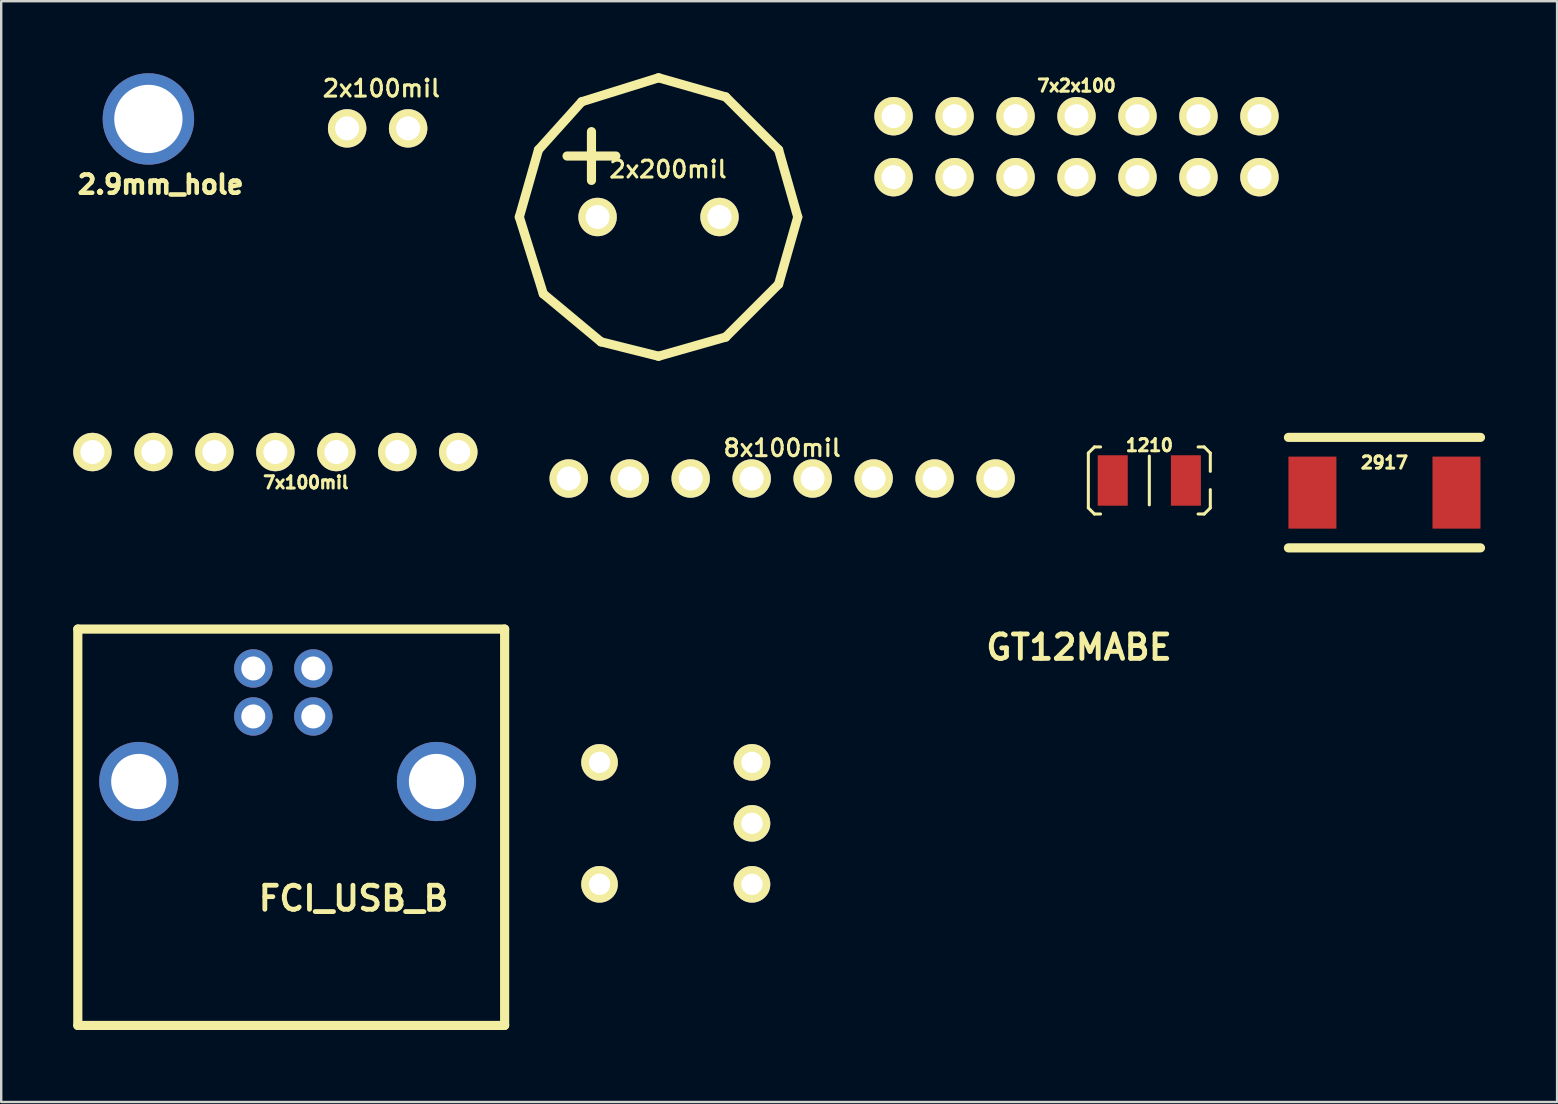
<source format=kicad_pcb>
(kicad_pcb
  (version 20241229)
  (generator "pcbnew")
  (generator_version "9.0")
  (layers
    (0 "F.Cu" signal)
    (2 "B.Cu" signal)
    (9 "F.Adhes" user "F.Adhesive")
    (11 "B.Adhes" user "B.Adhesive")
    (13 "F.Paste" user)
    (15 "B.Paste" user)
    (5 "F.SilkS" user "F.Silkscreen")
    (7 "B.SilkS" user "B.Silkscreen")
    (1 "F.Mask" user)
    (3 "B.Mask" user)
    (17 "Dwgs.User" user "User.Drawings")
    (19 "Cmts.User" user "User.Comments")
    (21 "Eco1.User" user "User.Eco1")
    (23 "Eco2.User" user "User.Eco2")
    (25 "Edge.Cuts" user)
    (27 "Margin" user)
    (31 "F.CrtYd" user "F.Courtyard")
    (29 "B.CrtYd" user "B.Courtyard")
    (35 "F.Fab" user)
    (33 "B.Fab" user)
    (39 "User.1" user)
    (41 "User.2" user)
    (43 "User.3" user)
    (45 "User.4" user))
  (footprint "FCI_USB_B"
    (layer "F.Cu")
    (at 8.763 29.503)
    (property "Reference" "FCI_USB_B" (at 2.913 4.869 0) (layer "F.SilkS") (effects (font (size 1.001 1.001) (thickness 0.201))))
    (attr through_hole)
    (fp_line (start -8.572 -6.35) (end -8.572 10.16) (stroke (width 0.381) (type solid)) (layer "F.SilkS"))
    (fp_line (start -8.572 10.16) (end 9.207 10.16) (stroke (width 0.381) (type solid)) (layer "F.SilkS"))
    (fp_line (start 9.207 -6.35) (end -8.572 -6.35) (stroke (width 0.381) (type solid)) (layer "F.SilkS"))
    (fp_line (start 9.207 10.16) (end 9.207 -6.35) (stroke (width 0.381) (type solid)) (layer "F.SilkS"))
    (pad "1" thru_hole circle (at 1.237 -4.709) (size 1.6 1.6) (drill 1.001) (layers "*.Cu" "*.Mask"))
    (pad "2" thru_hole circle (at -1.262 -4.709) (size 1.6 1.6) (drill 1.001) (layers "*.Cu" "*.Mask"))
    (pad "3" thru_hole circle (at -1.262 -2.71) (size 1.6 1.6) (drill 1.001) (layers "*.Cu" "*.Mask"))
    (pad "4" thru_hole circle (at 1.237 -2.71) (size 1.6 1.6) (drill 1.001) (layers "*.Cu" "*.Mask"))
    (pad "s1" thru_hole circle (at -6.032 0) (size 3.299 3.299) (drill 2.301) (layers "*.Cu" "*.Mask"))
    (pad "s2" thru_hole circle (at 6.368 0) (size 3.299 3.299) (drill 2.301) (layers "*.Cu" "*.Mask")))
  (footprint "7x100mil"
    (layer "F.Cu")
    (at 7.15 17.049)
    (property "Reference" "7x100mil" (at 2.54 0 0) (layer "F.SilkS") (effects (font (size 0.508 0.508) (thickness 0.127))))
    (attr through_hole)
    (pad "1" thru_hole circle (at -6.35 -1.27) (size 1.6 1.6) (drill 1.001) (layers "*.Cu" "*.Mask" "F.SilkS"))
    (pad "2" thru_hole circle (at -3.81 -1.27) (size 1.6 1.6) (drill 1.001) (layers "*.Cu" "*.Mask" "F.SilkS"))
    (pad "3" thru_hole circle (at -1.27 -1.27) (size 1.6 1.6) (drill 1.001) (layers "*.Cu" "*.Mask" "F.SilkS"))
    (pad "4" thru_hole circle (at 1.27 -1.27) (size 1.6 1.6) (drill 1.001) (layers "*.Cu" "*.Mask" "F.SilkS"))
    (pad "5" thru_hole circle (at 3.81 -1.27) (size 1.6 1.6) (drill 1.001) (layers "*.Cu" "*.Mask" "F.SilkS"))
    (pad "6" thru_hole circle (at 6.35 -1.27) (size 1.6 1.6) (drill 1.001) (layers "*.Cu" "*.Mask" "F.SilkS"))
    (pad "7" thru_hole circle (at 8.89 -1.27) (size 1.6 1.6) (drill 1.001) (layers "*.Cu" "*.Mask" "F.SilkS")))
  (footprint "2x200mil"
    (layer "F.Cu")
    (at 24.381 5.989)
    (property "Reference" "2x200mil" (at 0.396 -1.984 0) (layer "F.SilkS") (effects (font (size 0.701 0.701) (thickness 0.127))))
    (attr through_hole)
    (fp_line (start -5.799 0) (end -4.801 3.2) (stroke (width 0.381) (type solid)) (layer "F.SilkS"))
    (fp_line (start -5.001 -2.799) (end -5.799 0) (stroke (width 0.381) (type solid)) (layer "F.SilkS"))
    (fp_line (start -4.801 3.2) (end -2.4 5.199) (stroke (width 0.381) (type solid)) (layer "F.SilkS"))
    (fp_line (start -3.81 -2.54) (end -1.778 -2.54) (stroke (width 0.381) (type solid)) (layer "F.SilkS"))
    (fp_line (start -3.2 -4.801) (end -5.001 -2.799) (stroke (width 0.381) (type solid)) (layer "F.SilkS"))
    (fp_line (start -2.794 -3.556) (end -2.794 -1.524) (stroke (width 0.381) (type solid)) (layer "F.SilkS"))
    (fp_line (start -2.4 5.199) (end 0 5.799) (stroke (width 0.381) (type solid)) (layer "F.SilkS"))
    (fp_line (start 0 -5.799) (end -3.2 -4.801) (stroke (width 0.381) (type solid)) (layer "F.SilkS"))
    (fp_line (start 0 5.799) (end 2.799 5.001) (stroke (width 0.381) (type solid)) (layer "F.SilkS"))
    (fp_line (start 2.799 -5.001) (end 0 -5.799) (stroke (width 0.381) (type solid)) (layer "F.SilkS"))
    (fp_line (start 2.799 5.001) (end 5.001 2.799) (stroke (width 0.381) (type solid)) (layer "F.SilkS"))
    (fp_line (start 5.001 -2.799) (end 2.799 -5.001) (stroke (width 0.381) (type solid)) (layer "F.SilkS"))
    (fp_line (start 5.001 2.799) (end 5.799 0) (stroke (width 0.381) (type solid)) (layer "F.SilkS"))
    (fp_line (start 5.799 0) (end 5.001 -2.799) (stroke (width 0.381) (type solid)) (layer "F.SilkS"))
    (pad "1" thru_hole circle (at -2.54 0) (size 1.6 1.6) (drill 1.001) (layers "*.Cu" "*.Mask" "F.SilkS"))
    (pad "2" thru_hole circle (at 2.54 0) (size 1.6 1.6) (drill 1.001) (layers "*.Cu" "*.Mask" "F.SilkS")))
  (footprint "2x100mil"
    (layer "F.Cu")
    (at 11.41 2.297)
    (property "Reference" "2x100mil" (at 1.425 -1.664 0) (layer "F.SilkS") (effects (font (size 0.701 0.701) (thickness 0.127))))
    (attr through_hole)
    (pad "1" thru_hole circle (at 0 0) (size 1.6 1.6) (drill 1.001) (layers "*.Cu" "*.Mask" "F.SilkS"))
    (pad "2" thru_hole circle (at 2.54 0) (size 1.6 1.6) (drill 1.001) (layers "*.Cu" "*.Mask" "F.SilkS")))
  (footprint "GT12MABE"
    (layer "F.Cu")
    (at 25.733 31.246)
    (property "Reference" "GT12MABE" (at 16.162 -7.333 0) (layer "F.SilkS") (effects (font (size 1.016 1.016) (thickness 0.203))))
    (attr through_hole)
    (pad "1" thru_hole circle (at 2.54 2.54) (size 1.524 1.524) (drill 0.889) (layers "*.Cu" "*.Mask" "F.SilkS"))
    (pad "2" thru_hole circle (at 2.54 0) (size 1.524 1.524) (drill 0.889) (layers "*.Cu" "*.Mask" "F.SilkS"))
    (pad "3" thru_hole circle (at 2.54 -2.54) (size 1.524 1.524) (drill 0.889) (layers "*.Cu" "*.Mask" "F.SilkS"))
    (pad "4" thru_hole circle (at -3.81 -2.54) (size 1.524 1.524) (drill 0.889) (layers "*.Cu" "*.Mask" "F.SilkS"))
    (pad "5" thru_hole circle (at -3.81 2.54) (size 1.524 1.524) (drill 0.889) (layers "*.Cu" "*.Mask" "F.SilkS")))
  (footprint "1210"
    (layer "F.Cu")
    (at 44.824 16.964)
    (property "Reference" "1210" (at 0.003 -1.466 0) (layer "F.SilkS") (effects (font (size 0.508 0.508) (thickness 0.127))))
    (attr through_hole)
    (fp_line (start -2.54 -1.143) (end -2.54 1.143) (stroke (width 0.127) (type solid)) (layer "F.SilkS"))
    (fp_line (start -2.54 1.143) (end -2.286 1.397) (stroke (width 0.127) (type solid)) (layer "F.SilkS"))
    (fp_line (start -2.286 -1.397) (end -2.54 -1.143) (stroke (width 0.127) (type solid)) (layer "F.SilkS"))
    (fp_line (start -2.286 1.397) (end -2.032 1.397) (stroke (width 0.127) (type solid)) (layer "F.SilkS"))
    (fp_line (start -2.032 -1.397) (end -2.286 -1.397) (stroke (width 0.127) (type solid)) (layer "F.SilkS"))
    (fp_line (start 0 -1.016) (end 0 1.016) (stroke (width 0.127) (type solid)) (layer "F.SilkS"))
    (fp_line (start 2.032 -1.397) (end 2.286 -1.397) (stroke (width 0.127) (type solid)) (layer "F.SilkS"))
    (fp_line (start 2.286 -1.397) (end 2.54 -1.143) (stroke (width 0.127) (type solid)) (layer "F.SilkS"))
    (fp_line (start 2.286 1.397) (end 2.032 1.397) (stroke (width 0.127) (type solid)) (layer "F.SilkS"))
    (fp_line (start 2.54 -1.143) (end 2.54 -0.381) (stroke (width 0.127) (type solid)) (layer "F.SilkS"))
    (fp_line (start 2.54 0.381) (end 2.54 1.143) (stroke (width 0.127) (type solid)) (layer "F.SilkS"))
    (fp_line (start 2.54 1.143) (end 2.286 1.397) (stroke (width 0.127) (type solid)) (layer "F.SilkS"))
    (pad "1" smd rect (at -1.524 0) (size 1.25 2.101) (layers "F.Cu" "F.Mask" "F.Paste"))
    (pad "2" smd rect (at 1.524 0) (size 1.25 2.101) (layers "F.Cu" "F.Mask" "F.Paste")))
  (footprint "8x100mil"
    (layer "F.Cu")
    (at 29.53 16.882)
    (property "Reference" "8x100mil" (at 0 -1.27 0) (layer "F.SilkS") (effects (font (size 0.701 0.701) (thickness 0.127))))
    (attr through_hole)
    (pad "1" thru_hole circle (at -8.89 0) (size 1.6 1.6) (drill 1.001) (layers "*.Cu" "*.Mask" "F.SilkS"))
    (pad "2" thru_hole circle (at -6.35 0) (size 1.6 1.6) (drill 1.001) (layers "*.Cu" "*.Mask" "F.SilkS"))
    (pad "3" thru_hole circle (at -3.81 0) (size 1.6 1.6) (drill 1.001) (layers "*.Cu" "*.Mask" "F.SilkS"))
    (pad "4" thru_hole circle (at -1.27 0) (size 1.6 1.6) (drill 1.001) (layers "*.Cu" "*.Mask" "F.SilkS"))
    (pad "5" thru_hole circle (at 1.27 0) (size 1.6 1.6) (drill 1.001) (layers "*.Cu" "*.Mask" "F.SilkS"))
    (pad "6" thru_hole circle (at 3.81 0) (size 1.6 1.6) (drill 1.001) (layers "*.Cu" "*.Mask" "F.SilkS"))
    (pad "7" thru_hole circle (at 6.35 0) (size 1.6 1.6) (drill 1.001) (layers "*.Cu" "*.Mask" "F.SilkS"))
    (pad "8" thru_hole circle (at 8.89 0) (size 1.6 1.6) (drill 1.001) (layers "*.Cu" "*.Mask" "F.SilkS")))
  (footprint "7x2x100"
    (layer "F.Cu")
    (at 41.791 3.06)
    (property "Reference" "7x2x100" (at 0 -2.54 0) (layer "F.SilkS") (effects (font (size 0.508 0.508) (thickness 0.127))))
    (attr through_hole)
    (pad "1" thru_hole circle (at -7.62 1.27) (size 1.6 1.6) (drill 1.001) (layers "*.Cu" "*.Mask" "F.SilkS"))
    (pad "2" thru_hole circle (at -7.62 -1.27) (size 1.6 1.6) (drill 1.001) (layers "*.Cu" "*.Mask" "F.SilkS"))
    (pad "3" thru_hole circle (at -5.08 1.27) (size 1.6 1.6) (drill 1.001) (layers "*.Cu" "*.Mask" "F.SilkS"))
    (pad "4" thru_hole circle (at -5.08 -1.27) (size 1.6 1.6) (drill 1.001) (layers "*.Cu" "*.Mask" "F.SilkS"))
    (pad "5" thru_hole circle (at -2.54 1.27) (size 1.6 1.6) (drill 1.001) (layers "*.Cu" "*.Mask" "F.SilkS"))
    (pad "6" thru_hole circle (at -2.54 -1.27) (size 1.6 1.6) (drill 1.001) (layers "*.Cu" "*.Mask" "F.SilkS"))
    (pad "7" thru_hole circle (at 0 1.27) (size 1.6 1.6) (drill 1.001) (layers "*.Cu" "*.Mask" "F.SilkS"))
    (pad "8" thru_hole circle (at 0 -1.27) (size 1.6 1.6) (drill 1.001) (layers "*.Cu" "*.Mask" "F.SilkS"))
    (pad "9" thru_hole circle (at 2.54 1.27) (size 1.6 1.6) (drill 1.001) (layers "*.Cu" "*.Mask" "F.SilkS"))
    (pad "10" thru_hole circle (at 2.54 -1.27) (size 1.6 1.6) (drill 1.001) (layers "*.Cu" "*.Mask" "F.SilkS"))
    (pad "11" thru_hole circle (at 5.08 1.27) (size 1.6 1.6) (drill 1.001) (layers "*.Cu" "*.Mask" "F.SilkS"))
    (pad "12" thru_hole circle (at 5.08 -1.27) (size 1.6 1.6) (drill 1.001) (layers "*.Cu" "*.Mask" "F.SilkS"))
    (pad "13" thru_hole circle (at 7.62 1.27) (size 1.6 1.6) (drill 1.001) (layers "*.Cu" "*.Mask" "F.SilkS"))
    (pad "14" thru_hole circle (at 7.62 -1.27) (size 1.6 1.6) (drill 1.001) (layers "*.Cu" "*.Mask" "F.SilkS")))
  (footprint "2917"
    (layer "F.Cu")
    (at 54.618 17.47)
    (property "Reference" "2917" (at 0 -1.25 0) (layer "F.SilkS") (effects (font (size 0.508 0.508) (thickness 0.127))))
    (attr through_hole)
    (fp_line (start -4 -2.301) (end 4 -2.301) (stroke (width 0.381) (type solid)) (layer "F.SilkS"))
    (fp_line (start -4 2.301) (end 4 2.301) (stroke (width 0.381) (type solid)) (layer "F.SilkS"))
    (pad "1" smd rect (at -3 0) (size 1.999 3) (layers "F.Cu" "F.Mask" "F.Paste"))
    (pad "2" smd rect (at 3 0) (size 1.999 3) (layers "F.Cu" "F.Mask" "F.Paste")))
  (footprint "2.9mm_hole"
    (layer "F.Cu")
    (at 3.131 1.905)
    (property "Reference" "2.9mm_hole" (at 0.508 2.731 0) (layer "F.SilkS") (effects (font (size 0.762 0.762) (thickness 0.191))))
    (attr through_hole)
    (pad "1" thru_hole circle (at 0 0) (size 3.81 3.81) (drill 2.845) (layers "*.Cu" "*.Paste" "*.Mask")))
  (gr_rect
    (start -3 -3)
    (end 61.809 42.853)
    (stroke (width 0.1) (type default))
    (fill no)
    (layer "Edge.Cuts")))
</source>
